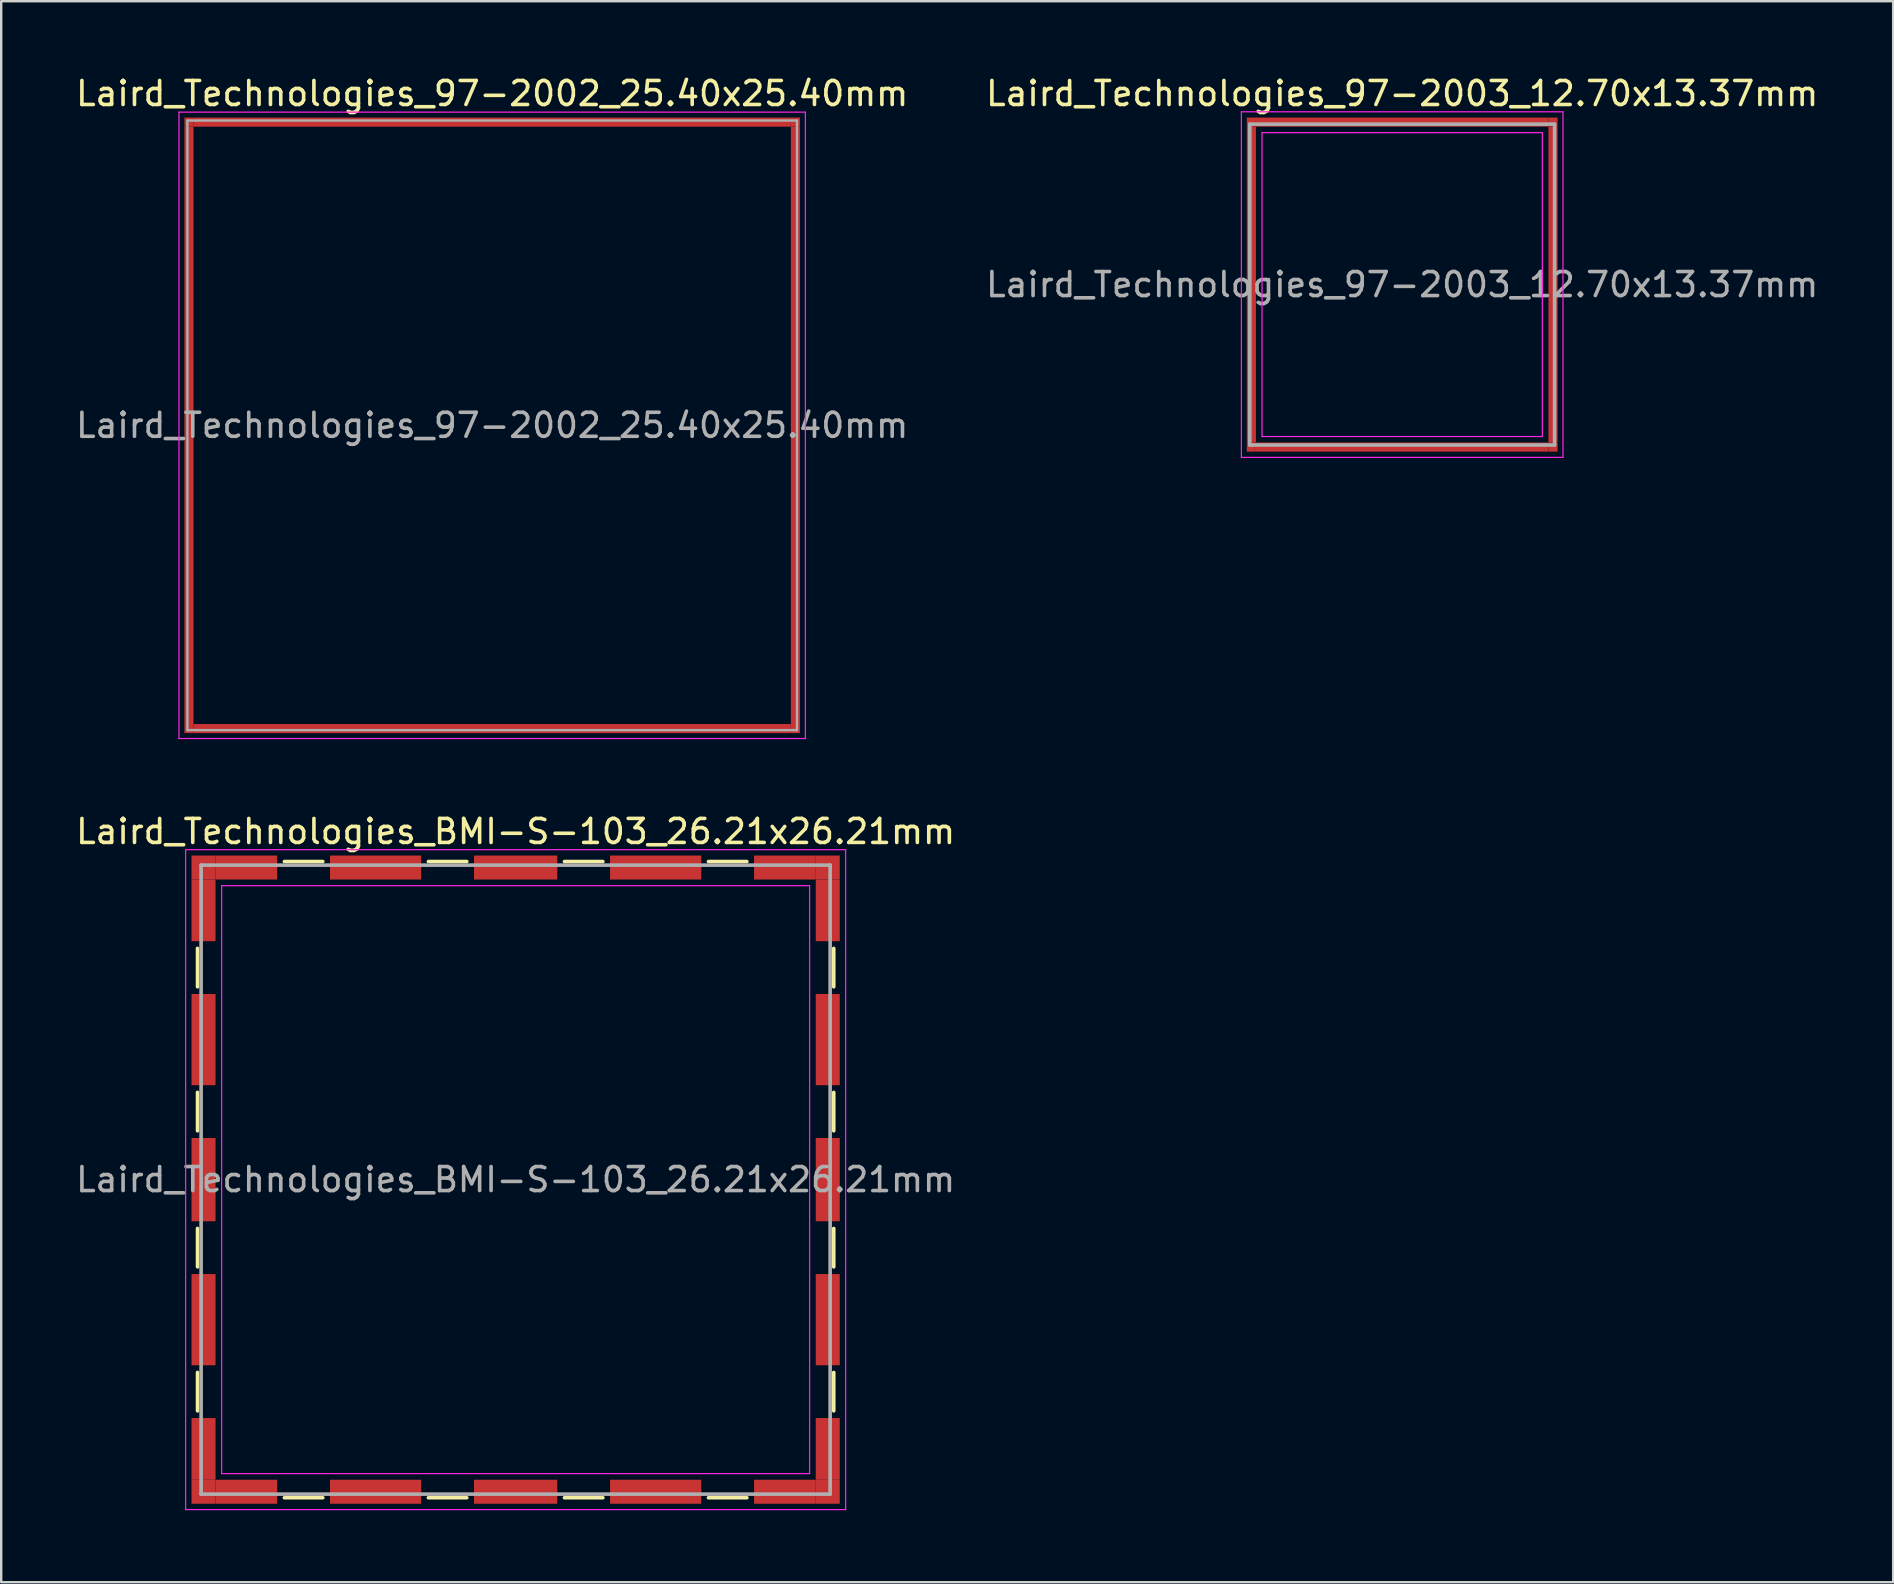
<source format=kicad_pcb>
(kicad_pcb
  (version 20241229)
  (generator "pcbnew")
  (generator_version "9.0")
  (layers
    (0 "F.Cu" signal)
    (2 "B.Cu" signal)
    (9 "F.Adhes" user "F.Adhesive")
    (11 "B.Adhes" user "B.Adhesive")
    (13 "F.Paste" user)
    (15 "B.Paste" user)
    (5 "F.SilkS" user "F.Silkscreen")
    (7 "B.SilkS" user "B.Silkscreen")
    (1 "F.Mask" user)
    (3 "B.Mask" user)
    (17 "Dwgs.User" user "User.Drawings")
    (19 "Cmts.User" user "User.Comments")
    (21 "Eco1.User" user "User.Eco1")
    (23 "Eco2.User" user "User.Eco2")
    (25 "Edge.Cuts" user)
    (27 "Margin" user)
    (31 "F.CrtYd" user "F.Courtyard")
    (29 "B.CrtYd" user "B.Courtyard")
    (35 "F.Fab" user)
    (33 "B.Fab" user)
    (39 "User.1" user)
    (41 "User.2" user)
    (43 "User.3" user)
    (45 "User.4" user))
  (footprint "Laird_Technologies_97-2002_25.40x25.40mm"
    (layer "F.Cu")
    (at 17.458 14.673)
    (property "Reference" "Laird_Technologies_97-2002_25.40x25.40mm" (at 0 -13.825 0) (layer "F.SilkS") (effects (font (size 1 1) (thickness 0.15))))
    (attr smd)
    (fp_line (start -13.05 -13.05) (end -13.05 13.05) (stroke (width 0.05) (type solid)) (layer "F.CrtYd"))
    (fp_line (start -13.05 13.05) (end 13.05 13.05) (stroke (width 0.05) (type solid)) (layer "F.CrtYd"))
    (fp_line (start 13.05 -13.05) (end -13.05 -13.05) (stroke (width 0.05) (type solid)) (layer "F.CrtYd"))
    (fp_line (start 13.05 13.05) (end 13.05 -13.05) (stroke (width 0.05) (type solid)) (layer "F.CrtYd"))
    (fp_line (start -12.7 -12.7) (end -12.7 12.7) (stroke (width 0.1) (type solid)) (layer "F.Fab"))
    (fp_line (start -12.7 12.7) (end 12.7 12.7) (stroke (width 0.1) (type solid)) (layer "F.Fab"))
    (fp_line (start 12.7 -12.7) (end -12.7 -12.7) (stroke (width 0.1) (type solid)) (layer "F.Fab"))
    (fp_line (start 12.7 12.7) (end 12.7 -12.7) (stroke (width 0.1) (type solid)) (layer "F.Fab"))
    (fp_text user "${REFERENCE}" (at 0 0 0) (layer "F.Fab") (effects (font (size 1 1) (thickness 0.15))))
    (pad "1" smd rect (at -12.635 -12.635) (size 0.38 0.38) (layers "F.Cu" "F.Mask"))
    (pad "1" smd rect (at -12.635 0) (size 0.38 24.89) (layers "F.Cu" "F.Mask"))
    (pad "1" smd rect (at -12.635 12.635) (size 0.38 0.38) (layers "F.Cu" "F.Mask"))
    (pad "1" smd rect (at 0 -12.635) (size 24.89 0.38) (layers "F.Cu" "F.Mask"))
    (pad "1" smd rect (at 0 12.635) (size 24.89 0.38) (layers "F.Cu" "F.Mask"))
    (pad "1" smd rect (at 12.635 -12.635) (size 0.38 0.38) (layers "F.Cu" "F.Mask"))
    (pad "1" smd rect (at 12.635 0) (size 0.38 24.89) (layers "F.Cu" "F.Mask"))
    (pad "1" smd rect (at 12.635 12.635) (size 0.38 0.38) (layers "F.Cu" "F.Mask")))
  (footprint "Laird_Technologies_97-2003_12.70x13.37mm"
    (layer "F.Cu")
    (at 55.375 8.808)
    (property "Reference" "Laird_Technologies_97-2003_12.70x13.37mm" (at 0 -7.96 0) (layer "F.SilkS") (effects (font (size 1 1) (thickness 0.15))))
    (attr smd)
    (fp_line (start -6.7 -7.2) (end -6.7 7.2) (stroke (width 0.05) (type solid)) (layer "F.CrtYd"))
    (fp_line (start -6.7 7.2) (end 6.7 7.2) (stroke (width 0.05) (type solid)) (layer "F.CrtYd"))
    (fp_line (start -5.84 -6.33) (end -5.84 6.33) (stroke (width 0.05) (type solid)) (layer "F.CrtYd"))
    (fp_line (start 5.84 -6.33) (end -5.84 -6.33) (stroke (width 0.05) (type solid)) (layer "F.CrtYd"))
    (fp_line (start 5.84 -6.33) (end 5.84 6.33) (stroke (width 0.05) (type solid)) (layer "F.CrtYd"))
    (fp_line (start 5.84 6.33) (end -5.84 6.33) (stroke (width 0.05) (type solid)) (layer "F.CrtYd"))
    (fp_line (start 6.7 -7.2) (end -6.7 -7.2) (stroke (width 0.05) (type solid)) (layer "F.CrtYd"))
    (fp_line (start 6.7 7.2) (end 6.7 -7.2) (stroke (width 0.05) (type solid)) (layer "F.CrtYd"))
    (fp_line (start -6.35 -6.685) (end -6.35 6.685) (stroke (width 0.15) (type solid)) (layer "F.Fab"))
    (fp_line (start -6.35 6.685) (end 6.35 6.685) (stroke (width 0.15) (type solid)) (layer "F.Fab"))
    (fp_line (start 6.35 -6.685) (end -6.35 -6.685) (stroke (width 0.15) (type solid)) (layer "F.Fab"))
    (fp_line (start 6.35 6.685) (end 6.35 -6.685) (stroke (width 0.15) (type solid)) (layer "F.Fab"))
    (fp_text user "${REFERENCE}" (at 0 0 0) (layer "F.Fab") (effects (font (size 1 1) (thickness 0.15))))
    (pad "1" smd rect (at -6.285 -6.77) (size 0.38 0.38) (layers "F.Cu" "F.Mask"))
    (pad "1" smd rect (at -6.285 0) (size 0.38 13.16) (layers "F.Cu" "F.Mask"))
    (pad "1" smd rect (at -6.285 6.77) (size 0.38 0.38) (layers "F.Cu" "F.Mask"))
    (pad "1" smd rect (at 0 -6.77) (size 12.19 0.38) (layers "F.Cu" "F.Mask"))
    (pad "1" smd rect (at 0 6.77) (size 12.19 0.38) (layers "F.Cu" "F.Mask"))
    (pad "1" smd rect (at 6.285 -6.77) (size 0.38 0.38) (layers "F.Cu" "F.Mask"))
    (pad "1" smd rect (at 6.285 0) (size 0.38 13.16) (layers "F.Cu" "F.Mask"))
    (pad "1" smd rect (at 6.285 6.77) (size 0.38 0.38) (layers "F.Cu" "F.Mask")))
  (footprint "Laird_Technologies_BMI-S-103_26.21x26.21mm"
    (layer "F.Cu")
    (at 18.435 46.102)
    (property "Reference" "Laird_Technologies_BMI-S-103_26.21x26.21mm" (at 0 -14.505 0) (layer "F.SilkS") (effects (font (size 1 1) (thickness 0.15))))
    (attr smd)
    (fp_line (start -13.255 -9.635) (end -13.255 -8.035) (stroke (width 0.15) (type solid)) (layer "F.SilkS"))
    (fp_line (start -13.255 -3.635) (end -13.255 -2.035) (stroke (width 0.15) (type solid)) (layer "F.SilkS"))
    (fp_line (start -13.255 2.035) (end -13.255 3.635) (stroke (width 0.15) (type solid)) (layer "F.SilkS"))
    (fp_line (start -13.255 8.035) (end -13.255 9.635) (stroke (width 0.15) (type solid)) (layer "F.SilkS"))
    (fp_line (start -9.635 -13.255) (end -8.035 -13.255) (stroke (width 0.15) (type solid)) (layer "F.SilkS"))
    (fp_line (start -9.635 13.255) (end -8.035 13.255) (stroke (width 0.15) (type solid)) (layer "F.SilkS"))
    (fp_line (start -3.635 -13.255) (end -2.035 -13.255) (stroke (width 0.15) (type solid)) (layer "F.SilkS"))
    (fp_line (start -3.635 13.255) (end -2.035 13.255) (stroke (width 0.15) (type solid)) (layer "F.SilkS"))
    (fp_line (start 2.035 -13.255) (end 3.635 -13.255) (stroke (width 0.15) (type solid)) (layer "F.SilkS"))
    (fp_line (start 2.035 13.255) (end 3.635 13.255) (stroke (width 0.15) (type solid)) (layer "F.SilkS"))
    (fp_line (start 8.035 -13.255) (end 9.635 -13.255) (stroke (width 0.15) (type solid)) (layer "F.SilkS"))
    (fp_line (start 8.035 13.255) (end 9.635 13.255) (stroke (width 0.15) (type solid)) (layer "F.SilkS"))
    (fp_line (start 13.255 -9.635) (end 13.255 -8.035) (stroke (width 0.15) (type solid)) (layer "F.SilkS"))
    (fp_line (start 13.255 -3.635) (end 13.255 -2.035) (stroke (width 0.15) (type solid)) (layer "F.SilkS"))
    (fp_line (start 13.255 2.035) (end 13.255 3.635) (stroke (width 0.15) (type solid)) (layer "F.SilkS"))
    (fp_line (start 13.255 8.035) (end 13.255 9.635) (stroke (width 0.15) (type solid)) (layer "F.SilkS"))
    (fp_line (start -13.75 -13.75) (end -13.75 13.75) (stroke (width 0.05) (type solid)) (layer "F.CrtYd"))
    (fp_line (start -13.75 13.75) (end 13.75 13.75) (stroke (width 0.05) (type solid)) (layer "F.CrtYd"))
    (fp_line (start -12.25 -12.25) (end -12.25 12.25) (stroke (width 0.05) (type solid)) (layer "F.CrtYd"))
    (fp_line (start 12.25 -12.25) (end -12.25 -12.25) (stroke (width 0.05) (type solid)) (layer "F.CrtYd"))
    (fp_line (start 12.25 -12.25) (end 12.25 12.25) (stroke (width 0.05) (type solid)) (layer "F.CrtYd"))
    (fp_line (start 12.25 12.25) (end -12.25 12.25) (stroke (width 0.05) (type solid)) (layer "F.CrtYd"))
    (fp_line (start 13.75 -13.75) (end -13.75 -13.75) (stroke (width 0.05) (type solid)) (layer "F.CrtYd"))
    (fp_line (start 13.75 13.75) (end 13.75 -13.75) (stroke (width 0.05) (type solid)) (layer "F.CrtYd"))
    (fp_line (start -13.105 -13.105) (end -13.105 13.105) (stroke (width 0.15) (type solid)) (layer "F.Fab"))
    (fp_line (start -13.105 13.105) (end 13.105 13.105) (stroke (width 0.15) (type solid)) (layer "F.Fab"))
    (fp_line (start 13.105 -13.105) (end -13.105 -13.105) (stroke (width 0.15) (type solid)) (layer "F.Fab"))
    (fp_line (start 13.105 13.105) (end 13.105 -13.105) (stroke (width 0.15) (type solid)) (layer "F.Fab"))
    (fp_text user "${REFERENCE}" (at 0 0 0) (layer "F.Fab") (effects (font (size 1 1) (thickness 0.15))))
    (pad "1" smd rect (at -13.005 -13.005) (size 1 1) (layers "F.Cu" "F.Mask"))
    (pad "1" smd rect (at -13.005 -11.22) (size 1 2.57) (layers "F.Cu" "F.Mask"))
    (pad "1" smd rect (at -13.005 -5.835) (size 1 3.8) (layers "F.Cu" "F.Mask"))
    (pad "1" smd rect (at -13.005 0) (size 1 3.47) (layers "F.Cu" "F.Mask"))
    (pad "1" smd rect (at -13.005 5.835) (size 1 3.8) (layers "F.Cu" "F.Mask"))
    (pad "1" smd rect (at -13.005 11.22) (size 1 2.57) (layers "F.Cu" "F.Mask"))
    (pad "1" smd rect (at -13.005 13.005) (size 1 1) (layers "F.Cu" "F.Mask"))
    (pad "1" smd rect (at -11.22 -13.005) (size 2.57 1) (layers "F.Cu" "F.Mask"))
    (pad "1" smd rect (at -11.22 13.005) (size 2.57 1) (layers "F.Cu" "F.Mask"))
    (pad "1" smd rect (at -5.835 -13.005) (size 3.8 1) (layers "F.Cu" "F.Mask"))
    (pad "1" smd rect (at -5.835 13.005) (size 3.8 1) (layers "F.Cu" "F.Mask"))
    (pad "1" smd rect (at 0 -13.005) (size 3.47 1) (layers "F.Cu" "F.Mask"))
    (pad "1" smd rect (at 0 13.005) (size 3.47 1) (layers "F.Cu" "F.Mask"))
    (pad "1" smd rect (at 5.835 -13.005) (size 3.8 1) (layers "F.Cu" "F.Mask"))
    (pad "1" smd rect (at 5.835 13.005) (size 3.8 1) (layers "F.Cu" "F.Mask"))
    (pad "1" smd rect (at 11.22 -13.005) (size 2.57 1) (layers "F.Cu" "F.Mask"))
    (pad "1" smd rect (at 11.22 13.005) (size 2.57 1) (layers "F.Cu" "F.Mask"))
    (pad "1" smd rect (at 13.005 -13.005) (size 1 1) (layers "F.Cu" "F.Mask"))
    (pad "1" smd rect (at 13.005 -11.22) (size 1 2.57) (layers "F.Cu" "F.Mask"))
    (pad "1" smd rect (at 13.005 -5.835) (size 1 3.8) (layers "F.Cu" "F.Mask"))
    (pad "1" smd rect (at 13.005 0) (size 1 3.47) (layers "F.Cu" "F.Mask"))
    (pad "1" smd rect (at 13.005 5.835) (size 1 3.8) (layers "F.Cu" "F.Mask"))
    (pad "1" smd rect (at 13.005 11.22) (size 1 2.57) (layers "F.Cu" "F.Mask"))
    (pad "1" smd rect (at 13.005 13.005) (size 1 1) (layers "F.Cu" "F.Mask")))
  (gr_rect
    (start -3 -3)
    (end 75.833 62.877)
    (stroke (width 0.1) (type default))
    (fill no)
    (layer "Edge.Cuts")))
</source>
